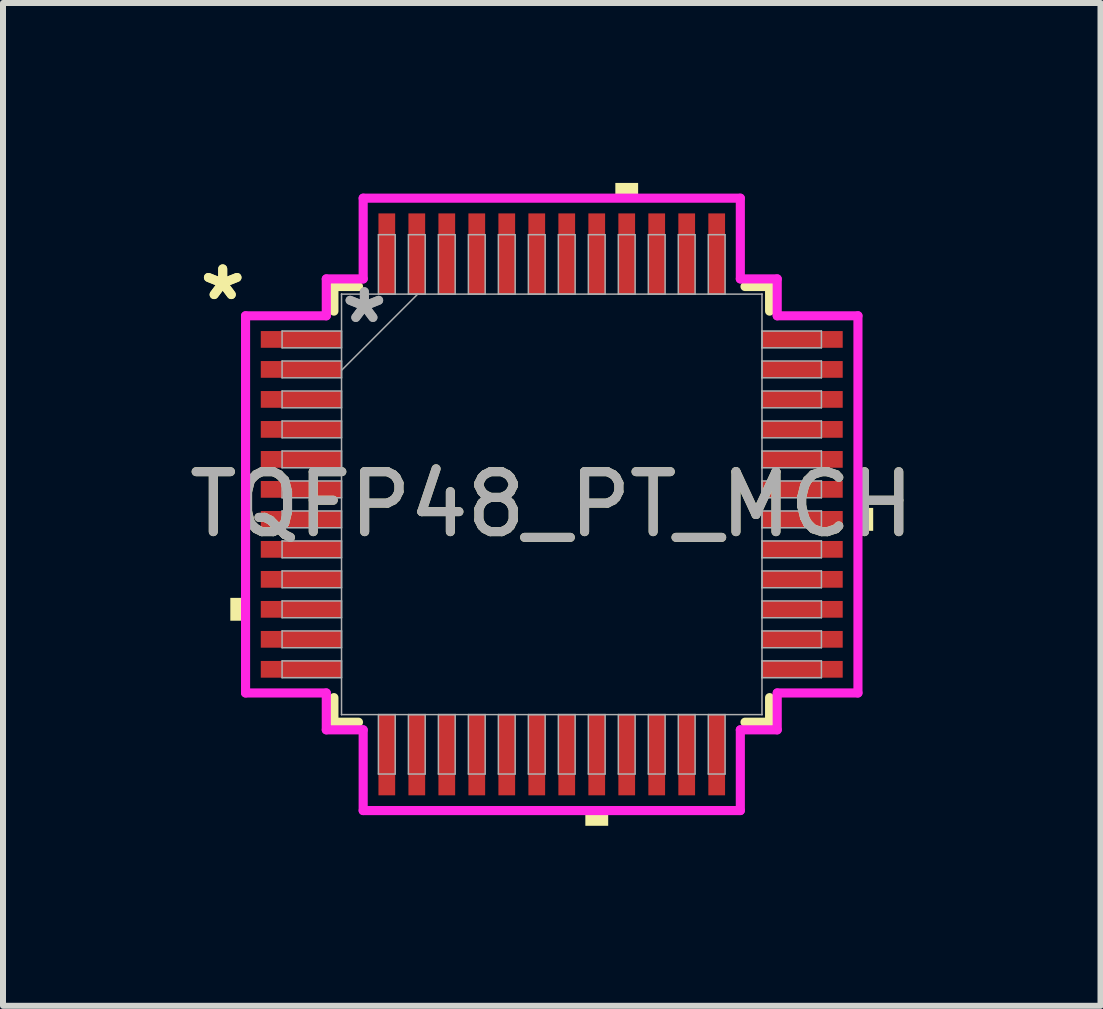
<source format=kicad_pcb>
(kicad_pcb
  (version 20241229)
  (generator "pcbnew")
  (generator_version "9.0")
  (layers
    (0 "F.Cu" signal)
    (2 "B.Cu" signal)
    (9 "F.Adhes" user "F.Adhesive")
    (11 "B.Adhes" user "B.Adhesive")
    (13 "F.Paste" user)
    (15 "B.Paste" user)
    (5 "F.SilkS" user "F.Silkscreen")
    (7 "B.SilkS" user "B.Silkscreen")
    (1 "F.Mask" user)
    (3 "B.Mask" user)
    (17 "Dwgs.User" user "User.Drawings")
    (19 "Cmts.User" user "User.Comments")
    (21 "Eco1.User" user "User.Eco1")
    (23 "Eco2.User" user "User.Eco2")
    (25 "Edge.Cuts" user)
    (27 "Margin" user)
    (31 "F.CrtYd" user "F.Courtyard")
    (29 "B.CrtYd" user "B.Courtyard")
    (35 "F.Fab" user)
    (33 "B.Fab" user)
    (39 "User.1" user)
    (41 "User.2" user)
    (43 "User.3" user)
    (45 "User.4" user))
  (footprint "TQFP48_PT_MCH"
    (layer "F.Cu")
    (at 6.149 5.359)
    (property "Reference" "TQFP48_PT_MCH" (at 0 0 0) (unlocked yes) (layer "F.SilkS") (effects (font (size 1 1) (thickness 0.15))))
    (attr smd)
    (fp_line (start -3.632 -3.632) (end -3.632 -3.222) (stroke (width 0.152) (type solid)) (layer "F.SilkS"))
    (fp_line (start -3.632 3.222) (end -3.632 3.632) (stroke (width 0.152) (type solid)) (layer "F.SilkS"))
    (fp_line (start -3.632 3.632) (end -3.222 3.632) (stroke (width 0.152) (type solid)) (layer "F.SilkS"))
    (fp_line (start -3.222 -3.632) (end -3.632 -3.632) (stroke (width 0.152) (type solid)) (layer "F.SilkS"))
    (fp_line (start 3.222 3.632) (end 3.632 3.632) (stroke (width 0.152) (type solid)) (layer "F.SilkS"))
    (fp_line (start 3.632 -3.632) (end 3.222 -3.632) (stroke (width 0.152) (type solid)) (layer "F.SilkS"))
    (fp_line (start 3.632 -3.222) (end 3.632 -3.632) (stroke (width 0.152) (type solid)) (layer "F.SilkS"))
    (fp_line (start 3.632 3.632) (end 3.632 3.222) (stroke (width 0.152) (type solid)) (layer "F.SilkS"))
    (fp_poly (pts (xy -5.359 1.559) (xy -5.359 1.94) (xy -5.105 1.94) (xy -5.105 1.559)) (stroke (width 0) (type solid)) (fill yes) (layer "F.SilkS"))
    (fp_poly (pts (xy 0.56 5.105) (xy 0.56 5.359) (xy 0.941 5.359) (xy 0.941 5.105)) (stroke (width 0) (type solid)) (fill yes) (layer "F.SilkS"))
    (fp_poly (pts (xy 1.06 -5.105) (xy 1.06 -5.359) (xy 1.44 -5.359) (xy 1.44 -5.105)) (stroke (width 0) (type solid)) (fill yes) (layer "F.SilkS"))
    (fp_poly (pts (xy 5.359 0.059) (xy 5.359 0.441) (xy 5.105 0.441) (xy 5.105 0.059)) (stroke (width 0) (type solid)) (fill yes) (layer "F.SilkS"))
    (fp_line (start -5.105 -3.144) (end -3.759 -3.144) (stroke (width 0.152) (type solid)) (layer "F.CrtYd"))
    (fp_line (start -5.105 3.144) (end -5.105 -3.144) (stroke (width 0.152) (type solid)) (layer "F.CrtYd"))
    (fp_line (start -3.759 -3.759) (end -3.144 -3.759) (stroke (width 0.152) (type solid)) (layer "F.CrtYd"))
    (fp_line (start -3.759 -3.144) (end -3.759 -3.759) (stroke (width 0.152) (type solid)) (layer "F.CrtYd"))
    (fp_line (start -3.759 3.144) (end -5.105 3.144) (stroke (width 0.152) (type solid)) (layer "F.CrtYd"))
    (fp_line (start -3.759 3.759) (end -3.759 3.144) (stroke (width 0.152) (type solid)) (layer "F.CrtYd"))
    (fp_line (start -3.759 3.759) (end -3.144 3.759) (stroke (width 0.152) (type solid)) (layer "F.CrtYd"))
    (fp_line (start -3.144 -5.105) (end 3.144 -5.105) (stroke (width 0.152) (type solid)) (layer "F.CrtYd"))
    (fp_line (start -3.144 -3.759) (end -3.144 -5.105) (stroke (width 0.152) (type solid)) (layer "F.CrtYd"))
    (fp_line (start -3.144 3.759) (end -3.144 5.105) (stroke (width 0.152) (type solid)) (layer "F.CrtYd"))
    (fp_line (start -3.144 5.105) (end 3.144 5.105) (stroke (width 0.152) (type solid)) (layer "F.CrtYd"))
    (fp_line (start 3.144 -5.105) (end 3.144 -3.759) (stroke (width 0.152) (type solid)) (layer "F.CrtYd"))
    (fp_line (start 3.144 -3.759) (end 3.759 -3.759) (stroke (width 0.152) (type solid)) (layer "F.CrtYd"))
    (fp_line (start 3.144 3.759) (end 3.759 3.759) (stroke (width 0.152) (type solid)) (layer "F.CrtYd"))
    (fp_line (start 3.144 5.105) (end 3.144 3.759) (stroke (width 0.152) (type solid)) (layer "F.CrtYd"))
    (fp_line (start 3.759 -3.144) (end 3.759 -3.759) (stroke (width 0.152) (type solid)) (layer "F.CrtYd"))
    (fp_line (start 3.759 3.144) (end 5.105 3.144) (stroke (width 0.152) (type solid)) (layer "F.CrtYd"))
    (fp_line (start 3.759 3.759) (end 3.759 3.144) (stroke (width 0.152) (type solid)) (layer "F.CrtYd"))
    (fp_line (start 5.105 -3.144) (end 3.759 -3.144) (stroke (width 0.152) (type solid)) (layer "F.CrtYd"))
    (fp_line (start 5.105 3.144) (end 5.105 -3.144) (stroke (width 0.152) (type solid)) (layer "F.CrtYd"))
    (fp_line (start -4.496 -2.89) (end -4.496 -2.61) (stroke (width 0.025) (type solid)) (layer "F.Fab"))
    (fp_line (start -4.496 -2.61) (end -3.505 -2.61) (stroke (width 0.025) (type solid)) (layer "F.Fab"))
    (fp_line (start -4.496 -2.39) (end -4.496 -2.11) (stroke (width 0.025) (type solid)) (layer "F.Fab"))
    (fp_line (start -4.496 -2.11) (end -3.505 -2.11) (stroke (width 0.025) (type solid)) (layer "F.Fab"))
    (fp_line (start -4.496 -1.89) (end -4.496 -1.61) (stroke (width 0.025) (type solid)) (layer "F.Fab"))
    (fp_line (start -4.496 -1.61) (end -3.505 -1.61) (stroke (width 0.025) (type solid)) (layer "F.Fab"))
    (fp_line (start -4.496 -1.39) (end -4.496 -1.11) (stroke (width 0.025) (type solid)) (layer "F.Fab"))
    (fp_line (start -4.496 -1.11) (end -3.505 -1.11) (stroke (width 0.025) (type solid)) (layer "F.Fab"))
    (fp_line (start -4.496 -0.89) (end -4.496 -0.61) (stroke (width 0.025) (type solid)) (layer "F.Fab"))
    (fp_line (start -4.496 -0.61) (end -3.505 -0.61) (stroke (width 0.025) (type solid)) (layer "F.Fab"))
    (fp_line (start -4.496 -0.39) (end -4.496 -0.11) (stroke (width 0.025) (type solid)) (layer "F.Fab"))
    (fp_line (start -4.496 -0.11) (end -3.505 -0.11) (stroke (width 0.025) (type solid)) (layer "F.Fab"))
    (fp_line (start -4.496 0.11) (end -4.496 0.39) (stroke (width 0.025) (type solid)) (layer "F.Fab"))
    (fp_line (start -4.496 0.39) (end -3.505 0.39) (stroke (width 0.025) (type solid)) (layer "F.Fab"))
    (fp_line (start -4.496 0.61) (end -4.496 0.89) (stroke (width 0.025) (type solid)) (layer "F.Fab"))
    (fp_line (start -4.496 0.89) (end -3.505 0.89) (stroke (width 0.025) (type solid)) (layer "F.Fab"))
    (fp_line (start -4.496 1.11) (end -4.496 1.39) (stroke (width 0.025) (type solid)) (layer "F.Fab"))
    (fp_line (start -4.496 1.39) (end -3.505 1.39) (stroke (width 0.025) (type solid)) (layer "F.Fab"))
    (fp_line (start -4.496 1.61) (end -4.496 1.89) (stroke (width 0.025) (type solid)) (layer "F.Fab"))
    (fp_line (start -4.496 1.89) (end -3.505 1.89) (stroke (width 0.025) (type solid)) (layer "F.Fab"))
    (fp_line (start -4.496 2.11) (end -4.496 2.39) (stroke (width 0.025) (type solid)) (layer "F.Fab"))
    (fp_line (start -4.496 2.39) (end -3.505 2.39) (stroke (width 0.025) (type solid)) (layer "F.Fab"))
    (fp_line (start -4.496 2.61) (end -4.496 2.89) (stroke (width 0.025) (type solid)) (layer "F.Fab"))
    (fp_line (start -4.496 2.89) (end -3.505 2.89) (stroke (width 0.025) (type solid)) (layer "F.Fab"))
    (fp_line (start -3.505 -3.505) (end -3.505 -3.505) (stroke (width 0.025) (type solid)) (layer "F.Fab"))
    (fp_line (start -3.505 -3.505) (end -3.505 3.505) (stroke (width 0.025) (type solid)) (layer "F.Fab"))
    (fp_line (start -3.505 -2.89) (end -4.496 -2.89) (stroke (width 0.025) (type solid)) (layer "F.Fab"))
    (fp_line (start -3.505 -2.61) (end -3.505 -2.89) (stroke (width 0.025) (type solid)) (layer "F.Fab"))
    (fp_line (start -3.505 -2.39) (end -4.496 -2.39) (stroke (width 0.025) (type solid)) (layer "F.Fab"))
    (fp_line (start -3.505 -2.235) (end -2.235 -3.505) (stroke (width 0.025) (type solid)) (layer "F.Fab"))
    (fp_line (start -3.505 -2.11) (end -3.505 -2.39) (stroke (width 0.025) (type solid)) (layer "F.Fab"))
    (fp_line (start -3.505 -1.89) (end -4.496 -1.89) (stroke (width 0.025) (type solid)) (layer "F.Fab"))
    (fp_line (start -3.505 -1.61) (end -3.505 -1.89) (stroke (width 0.025) (type solid)) (layer "F.Fab"))
    (fp_line (start -3.505 -1.39) (end -4.496 -1.39) (stroke (width 0.025) (type solid)) (layer "F.Fab"))
    (fp_line (start -3.505 -1.11) (end -3.505 -1.39) (stroke (width 0.025) (type solid)) (layer "F.Fab"))
    (fp_line (start -3.505 -0.89) (end -4.496 -0.89) (stroke (width 0.025) (type solid)) (layer "F.Fab"))
    (fp_line (start -3.505 -0.61) (end -3.505 -0.89) (stroke (width 0.025) (type solid)) (layer "F.Fab"))
    (fp_line (start -3.505 -0.39) (end -4.496 -0.39) (stroke (width 0.025) (type solid)) (layer "F.Fab"))
    (fp_line (start -3.505 -0.11) (end -3.505 -0.39) (stroke (width 0.025) (type solid)) (layer "F.Fab"))
    (fp_line (start -3.505 0.11) (end -4.496 0.11) (stroke (width 0.025) (type solid)) (layer "F.Fab"))
    (fp_line (start -3.505 0.39) (end -3.505 0.11) (stroke (width 0.025) (type solid)) (layer "F.Fab"))
    (fp_line (start -3.505 0.61) (end -4.496 0.61) (stroke (width 0.025) (type solid)) (layer "F.Fab"))
    (fp_line (start -3.505 0.89) (end -3.505 0.61) (stroke (width 0.025) (type solid)) (layer "F.Fab"))
    (fp_line (start -3.505 1.11) (end -4.496 1.11) (stroke (width 0.025) (type solid)) (layer "F.Fab"))
    (fp_line (start -3.505 1.39) (end -3.505 1.11) (stroke (width 0.025) (type solid)) (layer "F.Fab"))
    (fp_line (start -3.505 1.61) (end -4.496 1.61) (stroke (width 0.025) (type solid)) (layer "F.Fab"))
    (fp_line (start -3.505 1.89) (end -3.505 1.61) (stroke (width 0.025) (type solid)) (layer "F.Fab"))
    (fp_line (start -3.505 2.11) (end -4.496 2.11) (stroke (width 0.025) (type solid)) (layer "F.Fab"))
    (fp_line (start -3.505 2.39) (end -3.505 2.11) (stroke (width 0.025) (type solid)) (layer "F.Fab"))
    (fp_line (start -3.505 2.61) (end -4.496 2.61) (stroke (width 0.025) (type solid)) (layer "F.Fab"))
    (fp_line (start -3.505 2.89) (end -3.505 2.61) (stroke (width 0.025) (type solid)) (layer "F.Fab"))
    (fp_line (start -3.505 3.505) (end -3.505 3.505) (stroke (width 0.025) (type solid)) (layer "F.Fab"))
    (fp_line (start -3.505 3.505) (end 3.505 3.505) (stroke (width 0.025) (type solid)) (layer "F.Fab"))
    (fp_line (start -2.89 -4.496) (end -2.89 -3.505) (stroke (width 0.025) (type solid)) (layer "F.Fab"))
    (fp_line (start -2.89 -3.505) (end -2.61 -3.505) (stroke (width 0.025) (type solid)) (layer "F.Fab"))
    (fp_line (start -2.89 3.505) (end -2.89 4.496) (stroke (width 0.025) (type solid)) (layer "F.Fab"))
    (fp_line (start -2.89 4.496) (end -2.61 4.496) (stroke (width 0.025) (type solid)) (layer "F.Fab"))
    (fp_line (start -2.61 -4.496) (end -2.89 -4.496) (stroke (width 0.025) (type solid)) (layer "F.Fab"))
    (fp_line (start -2.61 -3.505) (end -2.61 -4.496) (stroke (width 0.025) (type solid)) (layer "F.Fab"))
    (fp_line (start -2.61 3.505) (end -2.89 3.505) (stroke (width 0.025) (type solid)) (layer "F.Fab"))
    (fp_line (start -2.61 4.496) (end -2.61 3.505) (stroke (width 0.025) (type solid)) (layer "F.Fab"))
    (fp_line (start -2.39 -4.496) (end -2.39 -3.505) (stroke (width 0.025) (type solid)) (layer "F.Fab"))
    (fp_line (start -2.39 -3.505) (end -2.11 -3.505) (stroke (width 0.025) (type solid)) (layer "F.Fab"))
    (fp_line (start -2.39 3.505) (end -2.39 4.496) (stroke (width 0.025) (type solid)) (layer "F.Fab"))
    (fp_line (start -2.39 4.496) (end -2.11 4.496) (stroke (width 0.025) (type solid)) (layer "F.Fab"))
    (fp_line (start -2.11 -4.496) (end -2.39 -4.496) (stroke (width 0.025) (type solid)) (layer "F.Fab"))
    (fp_line (start -2.11 -3.505) (end -2.11 -4.496) (stroke (width 0.025) (type solid)) (layer "F.Fab"))
    (fp_line (start -2.11 3.505) (end -2.39 3.505) (stroke (width 0.025) (type solid)) (layer "F.Fab"))
    (fp_line (start -2.11 4.496) (end -2.11 3.505) (stroke (width 0.025) (type solid)) (layer "F.Fab"))
    (fp_line (start -1.89 -4.496) (end -1.89 -3.505) (stroke (width 0.025) (type solid)) (layer "F.Fab"))
    (fp_line (start -1.89 -3.505) (end -1.61 -3.505) (stroke (width 0.025) (type solid)) (layer "F.Fab"))
    (fp_line (start -1.89 3.505) (end -1.89 4.496) (stroke (width 0.025) (type solid)) (layer "F.Fab"))
    (fp_line (start -1.89 4.496) (end -1.61 4.496) (stroke (width 0.025) (type solid)) (layer "F.Fab"))
    (fp_line (start -1.61 -4.496) (end -1.89 -4.496) (stroke (width 0.025) (type solid)) (layer "F.Fab"))
    (fp_line (start -1.61 -3.505) (end -1.61 -4.496) (stroke (width 0.025) (type solid)) (layer "F.Fab"))
    (fp_line (start -1.61 3.505) (end -1.89 3.505) (stroke (width 0.025) (type solid)) (layer "F.Fab"))
    (fp_line (start -1.61 4.496) (end -1.61 3.505) (stroke (width 0.025) (type solid)) (layer "F.Fab"))
    (fp_line (start -1.39 -4.496) (end -1.39 -3.505) (stroke (width 0.025) (type solid)) (layer "F.Fab"))
    (fp_line (start -1.39 -3.505) (end -1.11 -3.505) (stroke (width 0.025) (type solid)) (layer "F.Fab"))
    (fp_line (start -1.39 3.505) (end -1.39 4.496) (stroke (width 0.025) (type solid)) (layer "F.Fab"))
    (fp_line (start -1.39 4.496) (end -1.11 4.496) (stroke (width 0.025) (type solid)) (layer "F.Fab"))
    (fp_line (start -1.11 -4.496) (end -1.39 -4.496) (stroke (width 0.025) (type solid)) (layer "F.Fab"))
    (fp_line (start -1.11 -3.505) (end -1.11 -4.496) (stroke (width 0.025) (type solid)) (layer "F.Fab"))
    (fp_line (start -1.11 3.505) (end -1.39 3.505) (stroke (width 0.025) (type solid)) (layer "F.Fab"))
    (fp_line (start -1.11 4.496) (end -1.11 3.505) (stroke (width 0.025) (type solid)) (layer "F.Fab"))
    (fp_line (start -0.89 -4.496) (end -0.89 -3.505) (stroke (width 0.025) (type solid)) (layer "F.Fab"))
    (fp_line (start -0.89 -3.505) (end -0.61 -3.505) (stroke (width 0.025) (type solid)) (layer "F.Fab"))
    (fp_line (start -0.89 3.505) (end -0.89 4.496) (stroke (width 0.025) (type solid)) (layer "F.Fab"))
    (fp_line (start -0.89 4.496) (end -0.61 4.496) (stroke (width 0.025) (type solid)) (layer "F.Fab"))
    (fp_line (start -0.61 -4.496) (end -0.89 -4.496) (stroke (width 0.025) (type solid)) (layer "F.Fab"))
    (fp_line (start -0.61 -3.505) (end -0.61 -4.496) (stroke (width 0.025) (type solid)) (layer "F.Fab"))
    (fp_line (start -0.61 3.505) (end -0.89 3.505) (stroke (width 0.025) (type solid)) (layer "F.Fab"))
    (fp_line (start -0.61 4.496) (end -0.61 3.505) (stroke (width 0.025) (type solid)) (layer "F.Fab"))
    (fp_line (start -0.39 -4.496) (end -0.39 -3.505) (stroke (width 0.025) (type solid)) (layer "F.Fab"))
    (fp_line (start -0.39 -3.505) (end -0.11 -3.505) (stroke (width 0.025) (type solid)) (layer "F.Fab"))
    (fp_line (start -0.39 3.505) (end -0.39 4.496) (stroke (width 0.025) (type solid)) (layer "F.Fab"))
    (fp_line (start -0.39 4.496) (end -0.11 4.496) (stroke (width 0.025) (type solid)) (layer "F.Fab"))
    (fp_line (start -0.11 -4.496) (end -0.39 -4.496) (stroke (width 0.025) (type solid)) (layer "F.Fab"))
    (fp_line (start -0.11 -3.505) (end -0.11 -4.496) (stroke (width 0.025) (type solid)) (layer "F.Fab"))
    (fp_line (start -0.11 3.505) (end -0.39 3.505) (stroke (width 0.025) (type solid)) (layer "F.Fab"))
    (fp_line (start -0.11 4.496) (end -0.11 3.505) (stroke (width 0.025) (type solid)) (layer "F.Fab"))
    (fp_line (start 0.11 -4.496) (end 0.11 -3.505) (stroke (width 0.025) (type solid)) (layer "F.Fab"))
    (fp_line (start 0.11 -3.505) (end 0.39 -3.505) (stroke (width 0.025) (type solid)) (layer "F.Fab"))
    (fp_line (start 0.11 3.505) (end 0.11 4.496) (stroke (width 0.025) (type solid)) (layer "F.Fab"))
    (fp_line (start 0.11 4.496) (end 0.39 4.496) (stroke (width 0.025) (type solid)) (layer "F.Fab"))
    (fp_line (start 0.39 -4.496) (end 0.11 -4.496) (stroke (width 0.025) (type solid)) (layer "F.Fab"))
    (fp_line (start 0.39 -3.505) (end 0.39 -4.496) (stroke (width 0.025) (type solid)) (layer "F.Fab"))
    (fp_line (start 0.39 3.505) (end 0.11 3.505) (stroke (width 0.025) (type solid)) (layer "F.Fab"))
    (fp_line (start 0.39 4.496) (end 0.39 3.505) (stroke (width 0.025) (type solid)) (layer "F.Fab"))
    (fp_line (start 0.61 -4.496) (end 0.61 -3.505) (stroke (width 0.025) (type solid)) (layer "F.Fab"))
    (fp_line (start 0.61 -3.505) (end 0.89 -3.505) (stroke (width 0.025) (type solid)) (layer "F.Fab"))
    (fp_line (start 0.61 3.505) (end 0.61 4.496) (stroke (width 0.025) (type solid)) (layer "F.Fab"))
    (fp_line (start 0.61 4.496) (end 0.89 4.496) (stroke (width 0.025) (type solid)) (layer "F.Fab"))
    (fp_line (start 0.89 -4.496) (end 0.61 -4.496) (stroke (width 0.025) (type solid)) (layer "F.Fab"))
    (fp_line (start 0.89 -3.505) (end 0.89 -4.496) (stroke (width 0.025) (type solid)) (layer "F.Fab"))
    (fp_line (start 0.89 3.505) (end 0.61 3.505) (stroke (width 0.025) (type solid)) (layer "F.Fab"))
    (fp_line (start 0.89 4.496) (end 0.89 3.505) (stroke (width 0.025) (type solid)) (layer "F.Fab"))
    (fp_line (start 1.11 -4.496) (end 1.11 -3.505) (stroke (width 0.025) (type solid)) (layer "F.Fab"))
    (fp_line (start 1.11 -3.505) (end 1.39 -3.505) (stroke (width 0.025) (type solid)) (layer "F.Fab"))
    (fp_line (start 1.11 3.505) (end 1.11 4.496) (stroke (width 0.025) (type solid)) (layer "F.Fab"))
    (fp_line (start 1.11 4.496) (end 1.39 4.496) (stroke (width 0.025) (type solid)) (layer "F.Fab"))
    (fp_line (start 1.39 -4.496) (end 1.11 -4.496) (stroke (width 0.025) (type solid)) (layer "F.Fab"))
    (fp_line (start 1.39 -3.505) (end 1.39 -4.496) (stroke (width 0.025) (type solid)) (layer "F.Fab"))
    (fp_line (start 1.39 3.505) (end 1.11 3.505) (stroke (width 0.025) (type solid)) (layer "F.Fab"))
    (fp_line (start 1.39 4.496) (end 1.39 3.505) (stroke (width 0.025) (type solid)) (layer "F.Fab"))
    (fp_line (start 1.61 -4.496) (end 1.61 -3.505) (stroke (width 0.025) (type solid)) (layer "F.Fab"))
    (fp_line (start 1.61 -3.505) (end 1.89 -3.505) (stroke (width 0.025) (type solid)) (layer "F.Fab"))
    (fp_line (start 1.61 3.505) (end 1.61 4.496) (stroke (width 0.025) (type solid)) (layer "F.Fab"))
    (fp_line (start 1.61 4.496) (end 1.89 4.496) (stroke (width 0.025) (type solid)) (layer "F.Fab"))
    (fp_line (start 1.89 -4.496) (end 1.61 -4.496) (stroke (width 0.025) (type solid)) (layer "F.Fab"))
    (fp_line (start 1.89 -3.505) (end 1.89 -4.496) (stroke (width 0.025) (type solid)) (layer "F.Fab"))
    (fp_line (start 1.89 3.505) (end 1.61 3.505) (stroke (width 0.025) (type solid)) (layer "F.Fab"))
    (fp_line (start 1.89 4.496) (end 1.89 3.505) (stroke (width 0.025) (type solid)) (layer "F.Fab"))
    (fp_line (start 2.11 -4.496) (end 2.11 -3.505) (stroke (width 0.025) (type solid)) (layer "F.Fab"))
    (fp_line (start 2.11 -3.505) (end 2.39 -3.505) (stroke (width 0.025) (type solid)) (layer "F.Fab"))
    (fp_line (start 2.11 3.505) (end 2.11 4.496) (stroke (width 0.025) (type solid)) (layer "F.Fab"))
    (fp_line (start 2.11 4.496) (end 2.39 4.496) (stroke (width 0.025) (type solid)) (layer "F.Fab"))
    (fp_line (start 2.39 -4.496) (end 2.11 -4.496) (stroke (width 0.025) (type solid)) (layer "F.Fab"))
    (fp_line (start 2.39 -3.505) (end 2.39 -4.496) (stroke (width 0.025) (type solid)) (layer "F.Fab"))
    (fp_line (start 2.39 3.505) (end 2.11 3.505) (stroke (width 0.025) (type solid)) (layer "F.Fab"))
    (fp_line (start 2.39 4.496) (end 2.39 3.505) (stroke (width 0.025) (type solid)) (layer "F.Fab"))
    (fp_line (start 2.61 -4.496) (end 2.61 -3.505) (stroke (width 0.025) (type solid)) (layer "F.Fab"))
    (fp_line (start 2.61 -3.505) (end 2.89 -3.505) (stroke (width 0.025) (type solid)) (layer "F.Fab"))
    (fp_line (start 2.61 3.505) (end 2.61 4.496) (stroke (width 0.025) (type solid)) (layer "F.Fab"))
    (fp_line (start 2.61 4.496) (end 2.89 4.496) (stroke (width 0.025) (type solid)) (layer "F.Fab"))
    (fp_line (start 2.89 -4.496) (end 2.61 -4.496) (stroke (width 0.025) (type solid)) (layer "F.Fab"))
    (fp_line (start 2.89 -3.505) (end 2.89 -4.496) (stroke (width 0.025) (type solid)) (layer "F.Fab"))
    (fp_line (start 2.89 3.505) (end 2.61 3.505) (stroke (width 0.025) (type solid)) (layer "F.Fab"))
    (fp_line (start 2.89 4.496) (end 2.89 3.505) (stroke (width 0.025) (type solid)) (layer "F.Fab"))
    (fp_line (start 3.505 -3.505) (end -3.505 -3.505) (stroke (width 0.025) (type solid)) (layer "F.Fab"))
    (fp_line (start 3.505 -3.505) (end 3.505 -3.505) (stroke (width 0.025) (type solid)) (layer "F.Fab"))
    (fp_line (start 3.505 -2.89) (end 3.505 -2.61) (stroke (width 0.025) (type solid)) (layer "F.Fab"))
    (fp_line (start 3.505 -2.61) (end 4.496 -2.61) (stroke (width 0.025) (type solid)) (layer "F.Fab"))
    (fp_line (start 3.505 -2.39) (end 3.505 -2.11) (stroke (width 0.025) (type solid)) (layer "F.Fab"))
    (fp_line (start 3.505 -2.11) (end 4.496 -2.11) (stroke (width 0.025) (type solid)) (layer "F.Fab"))
    (fp_line (start 3.505 -1.89) (end 3.505 -1.61) (stroke (width 0.025) (type solid)) (layer "F.Fab"))
    (fp_line (start 3.505 -1.61) (end 4.496 -1.61) (stroke (width 0.025) (type solid)) (layer "F.Fab"))
    (fp_line (start 3.505 -1.39) (end 3.505 -1.11) (stroke (width 0.025) (type solid)) (layer "F.Fab"))
    (fp_line (start 3.505 -1.11) (end 4.496 -1.11) (stroke (width 0.025) (type solid)) (layer "F.Fab"))
    (fp_line (start 3.505 -0.89) (end 3.505 -0.61) (stroke (width 0.025) (type solid)) (layer "F.Fab"))
    (fp_line (start 3.505 -0.61) (end 4.496 -0.61) (stroke (width 0.025) (type solid)) (layer "F.Fab"))
    (fp_line (start 3.505 -0.39) (end 3.505 -0.11) (stroke (width 0.025) (type solid)) (layer "F.Fab"))
    (fp_line (start 3.505 -0.11) (end 4.496 -0.11) (stroke (width 0.025) (type solid)) (layer "F.Fab"))
    (fp_line (start 3.505 0.11) (end 3.505 0.39) (stroke (width 0.025) (type solid)) (layer "F.Fab"))
    (fp_line (start 3.505 0.39) (end 4.496 0.39) (stroke (width 0.025) (type solid)) (layer "F.Fab"))
    (fp_line (start 3.505 0.61) (end 3.505 0.89) (stroke (width 0.025) (type solid)) (layer "F.Fab"))
    (fp_line (start 3.505 0.89) (end 4.496 0.89) (stroke (width 0.025) (type solid)) (layer "F.Fab"))
    (fp_line (start 3.505 1.11) (end 3.505 1.39) (stroke (width 0.025) (type solid)) (layer "F.Fab"))
    (fp_line (start 3.505 1.39) (end 4.496 1.39) (stroke (width 0.025) (type solid)) (layer "F.Fab"))
    (fp_line (start 3.505 1.61) (end 3.505 1.89) (stroke (width 0.025) (type solid)) (layer "F.Fab"))
    (fp_line (start 3.505 1.89) (end 4.496 1.89) (stroke (width 0.025) (type solid)) (layer "F.Fab"))
    (fp_line (start 3.505 2.11) (end 3.505 2.39) (stroke (width 0.025) (type solid)) (layer "F.Fab"))
    (fp_line (start 3.505 2.39) (end 4.496 2.39) (stroke (width 0.025) (type solid)) (layer "F.Fab"))
    (fp_line (start 3.505 2.61) (end 3.505 2.89) (stroke (width 0.025) (type solid)) (layer "F.Fab"))
    (fp_line (start 3.505 2.89) (end 4.496 2.89) (stroke (width 0.025) (type solid)) (layer "F.Fab"))
    (fp_line (start 3.505 3.505) (end 3.505 -3.505) (stroke (width 0.025) (type solid)) (layer "F.Fab"))
    (fp_line (start 3.505 3.505) (end 3.505 3.505) (stroke (width 0.025) (type solid)) (layer "F.Fab"))
    (fp_line (start 4.496 -2.89) (end 3.505 -2.89) (stroke (width 0.025) (type solid)) (layer "F.Fab"))
    (fp_line (start 4.496 -2.61) (end 4.496 -2.89) (stroke (width 0.025) (type solid)) (layer "F.Fab"))
    (fp_line (start 4.496 -2.39) (end 3.505 -2.39) (stroke (width 0.025) (type solid)) (layer "F.Fab"))
    (fp_line (start 4.496 -2.11) (end 4.496 -2.39) (stroke (width 0.025) (type solid)) (layer "F.Fab"))
    (fp_line (start 4.496 -1.89) (end 3.505 -1.89) (stroke (width 0.025) (type solid)) (layer "F.Fab"))
    (fp_line (start 4.496 -1.61) (end 4.496 -1.89) (stroke (width 0.025) (type solid)) (layer "F.Fab"))
    (fp_line (start 4.496 -1.39) (end 3.505 -1.39) (stroke (width 0.025) (type solid)) (layer "F.Fab"))
    (fp_line (start 4.496 -1.11) (end 4.496 -1.39) (stroke (width 0.025) (type solid)) (layer "F.Fab"))
    (fp_line (start 4.496 -0.89) (end 3.505 -0.89) (stroke (width 0.025) (type solid)) (layer "F.Fab"))
    (fp_line (start 4.496 -0.61) (end 4.496 -0.89) (stroke (width 0.025) (type solid)) (layer "F.Fab"))
    (fp_line (start 4.496 -0.39) (end 3.505 -0.39) (stroke (width 0.025) (type solid)) (layer "F.Fab"))
    (fp_line (start 4.496 -0.11) (end 4.496 -0.39) (stroke (width 0.025) (type solid)) (layer "F.Fab"))
    (fp_line (start 4.496 0.11) (end 3.505 0.11) (stroke (width 0.025) (type solid)) (layer "F.Fab"))
    (fp_line (start 4.496 0.39) (end 4.496 0.11) (stroke (width 0.025) (type solid)) (layer "F.Fab"))
    (fp_line (start 4.496 0.61) (end 3.505 0.61) (stroke (width 0.025) (type solid)) (layer "F.Fab"))
    (fp_line (start 4.496 0.89) (end 4.496 0.61) (stroke (width 0.025) (type solid)) (layer "F.Fab"))
    (fp_line (start 4.496 1.11) (end 3.505 1.11) (stroke (width 0.025) (type solid)) (layer "F.Fab"))
    (fp_line (start 4.496 1.39) (end 4.496 1.11) (stroke (width 0.025) (type solid)) (layer "F.Fab"))
    (fp_line (start 4.496 1.61) (end 3.505 1.61) (stroke (width 0.025) (type solid)) (layer "F.Fab"))
    (fp_line (start 4.496 1.89) (end 4.496 1.61) (stroke (width 0.025) (type solid)) (layer "F.Fab"))
    (fp_line (start 4.496 2.11) (end 3.505 2.11) (stroke (width 0.025) (type solid)) (layer "F.Fab"))
    (fp_line (start 4.496 2.39) (end 4.496 2.11) (stroke (width 0.025) (type solid)) (layer "F.Fab"))
    (fp_line (start 4.496 2.61) (end 3.505 2.61) (stroke (width 0.025) (type solid)) (layer "F.Fab"))
    (fp_line (start 4.496 2.89) (end 4.496 2.61) (stroke (width 0.025) (type solid)) (layer "F.Fab"))
    (fp_text user "*" (at -5.486 -3.381 0) (layer "F.SilkS") (effects (font (size 1 1) (thickness 0.15))))
    (fp_text user "*" (at -5.486 -3.381 0) (unlocked yes) (layer "F.SilkS") (effects (font (size 1 1) (thickness 0.15))))
    (fp_text user "${REFERENCE}" (at 0 0 0) (unlocked yes) (layer "F.Fab") (effects (font (size 1 1) (thickness 0.15))))
    (fp_text user "*" (at -3.124 -3 0) (unlocked yes) (layer "F.Fab") (effects (font (size 1 1) (thickness 0.15))))
    (fp_text user "*" (at -3.124 -3 0) (layer "F.Fab") (effects (font (size 1 1) (thickness 0.15))))
    (pad "1" smd rect (at -4.178 -2.75 90) (size 0.279 1.346) (layers "F.Cu" "F.Mask" "F.Paste"))
    (pad "2" smd rect (at -4.178 -2.25 90) (size 0.279 1.346) (layers "F.Cu" "F.Mask" "F.Paste"))
    (pad "3" smd rect (at -4.178 -1.75 90) (size 0.279 1.346) (layers "F.Cu" "F.Mask" "F.Paste"))
    (pad "4" smd rect (at -4.178 -1.25 90) (size 0.279 1.346) (layers "F.Cu" "F.Mask" "F.Paste"))
    (pad "5" smd rect (at -4.178 -0.75 90) (size 0.279 1.346) (layers "F.Cu" "F.Mask" "F.Paste"))
    (pad "6" smd rect (at -4.178 -0.25 90) (size 0.279 1.346) (layers "F.Cu" "F.Mask" "F.Paste"))
    (pad "7" smd rect (at -4.178 0.25 90) (size 0.279 1.346) (layers "F.Cu" "F.Mask" "F.Paste"))
    (pad "8" smd rect (at -4.178 0.75 90) (size 0.279 1.346) (layers "F.Cu" "F.Mask" "F.Paste"))
    (pad "9" smd rect (at -4.178 1.25 90) (size 0.279 1.346) (layers "F.Cu" "F.Mask" "F.Paste"))
    (pad "10" smd rect (at -4.178 1.75 90) (size 0.279 1.346) (layers "F.Cu" "F.Mask" "F.Paste"))
    (pad "11" smd rect (at -4.178 2.25 90) (size 0.279 1.346) (layers "F.Cu" "F.Mask" "F.Paste"))
    (pad "12" smd rect (at -4.178 2.75 90) (size 0.279 1.346) (layers "F.Cu" "F.Mask" "F.Paste"))
    (pad "13" smd rect (at -2.75 4.178) (size 0.279 1.346) (layers "F.Cu" "F.Mask" "F.Paste"))
    (pad "14" smd rect (at -2.25 4.178) (size 0.279 1.346) (layers "F.Cu" "F.Mask" "F.Paste"))
    (pad "15" smd rect (at -1.75 4.178) (size 0.279 1.346) (layers "F.Cu" "F.Mask" "F.Paste"))
    (pad "16" smd rect (at -1.25 4.178) (size 0.279 1.346) (layers "F.Cu" "F.Mask" "F.Paste"))
    (pad "17" smd rect (at -0.75 4.178) (size 0.279 1.346) (layers "F.Cu" "F.Mask" "F.Paste"))
    (pad "18" smd rect (at -0.25 4.178) (size 0.279 1.346) (layers "F.Cu" "F.Mask" "F.Paste"))
    (pad "19" smd rect (at 0.25 4.178) (size 0.279 1.346) (layers "F.Cu" "F.Mask" "F.Paste"))
    (pad "20" smd rect (at 0.75 4.178) (size 0.279 1.346) (layers "F.Cu" "F.Mask" "F.Paste"))
    (pad "21" smd rect (at 1.25 4.178) (size 0.279 1.346) (layers "F.Cu" "F.Mask" "F.Paste"))
    (pad "22" smd rect (at 1.75 4.178) (size 0.279 1.346) (layers "F.Cu" "F.Mask" "F.Paste"))
    (pad "23" smd rect (at 2.25 4.178) (size 0.279 1.346) (layers "F.Cu" "F.Mask" "F.Paste"))
    (pad "24" smd rect (at 2.75 4.178) (size 0.279 1.346) (layers "F.Cu" "F.Mask" "F.Paste"))
    (pad "25" smd rect (at 4.178 2.75 90) (size 0.279 1.346) (layers "F.Cu" "F.Mask" "F.Paste"))
    (pad "26" smd rect (at 4.178 2.25 90) (size 0.279 1.346) (layers "F.Cu" "F.Mask" "F.Paste"))
    (pad "27" smd rect (at 4.178 1.75 90) (size 0.279 1.346) (layers "F.Cu" "F.Mask" "F.Paste"))
    (pad "28" smd rect (at 4.178 1.25 90) (size 0.279 1.346) (layers "F.Cu" "F.Mask" "F.Paste"))
    (pad "29" smd rect (at 4.178 0.75 90) (size 0.279 1.346) (layers "F.Cu" "F.Mask" "F.Paste"))
    (pad "30" smd rect (at 4.178 0.25 90) (size 0.279 1.346) (layers "F.Cu" "F.Mask" "F.Paste"))
    (pad "31" smd rect (at 4.178 -0.25 90) (size 0.279 1.346) (layers "F.Cu" "F.Mask" "F.Paste"))
    (pad "32" smd rect (at 4.178 -0.75 90) (size 0.279 1.346) (layers "F.Cu" "F.Mask" "F.Paste"))
    (pad "33" smd rect (at 4.178 -1.25 90) (size 0.279 1.346) (layers "F.Cu" "F.Mask" "F.Paste"))
    (pad "34" smd rect (at 4.178 -1.75 90) (size 0.279 1.346) (layers "F.Cu" "F.Mask" "F.Paste"))
    (pad "35" smd rect (at 4.178 -2.25 90) (size 0.279 1.346) (layers "F.Cu" "F.Mask" "F.Paste"))
    (pad "36" smd rect (at 4.178 -2.75 90) (size 0.279 1.346) (layers "F.Cu" "F.Mask" "F.Paste"))
    (pad "37" smd rect (at 2.75 -4.178) (size 0.279 1.346) (layers "F.Cu" "F.Mask" "F.Paste"))
    (pad "38" smd rect (at 2.25 -4.178) (size 0.279 1.346) (layers "F.Cu" "F.Mask" "F.Paste"))
    (pad "39" smd rect (at 1.75 -4.178) (size 0.279 1.346) (layers "F.Cu" "F.Mask" "F.Paste"))
    (pad "40" smd rect (at 1.25 -4.178) (size 0.279 1.346) (layers "F.Cu" "F.Mask" "F.Paste"))
    (pad "41" smd rect (at 0.75 -4.178) (size 0.279 1.346) (layers "F.Cu" "F.Mask" "F.Paste"))
    (pad "42" smd rect (at 0.25 -4.178) (size 0.279 1.346) (layers "F.Cu" "F.Mask" "F.Paste"))
    (pad "43" smd rect (at -0.25 -4.178) (size 0.279 1.346) (layers "F.Cu" "F.Mask" "F.Paste"))
    (pad "44" smd rect (at -0.75 -4.178) (size 0.279 1.346) (layers "F.Cu" "F.Mask" "F.Paste"))
    (pad "45" smd rect (at -1.25 -4.178) (size 0.279 1.346) (layers "F.Cu" "F.Mask" "F.Paste"))
    (pad "46" smd rect (at -1.75 -4.178) (size 0.279 1.346) (layers "F.Cu" "F.Mask" "F.Paste"))
    (pad "47" smd rect (at -2.25 -4.178) (size 0.279 1.346) (layers "F.Cu" "F.Mask" "F.Paste"))
    (pad "48" smd rect (at -2.75 -4.178) (size 0.279 1.346) (layers "F.Cu" "F.Mask" "F.Paste")))
  (gr_rect
    (start -3 -3)
    (end 15.298 13.719)
    (stroke (width 0.1) (type default))
    (fill no)
    (layer "Edge.Cuts")))
</source>
